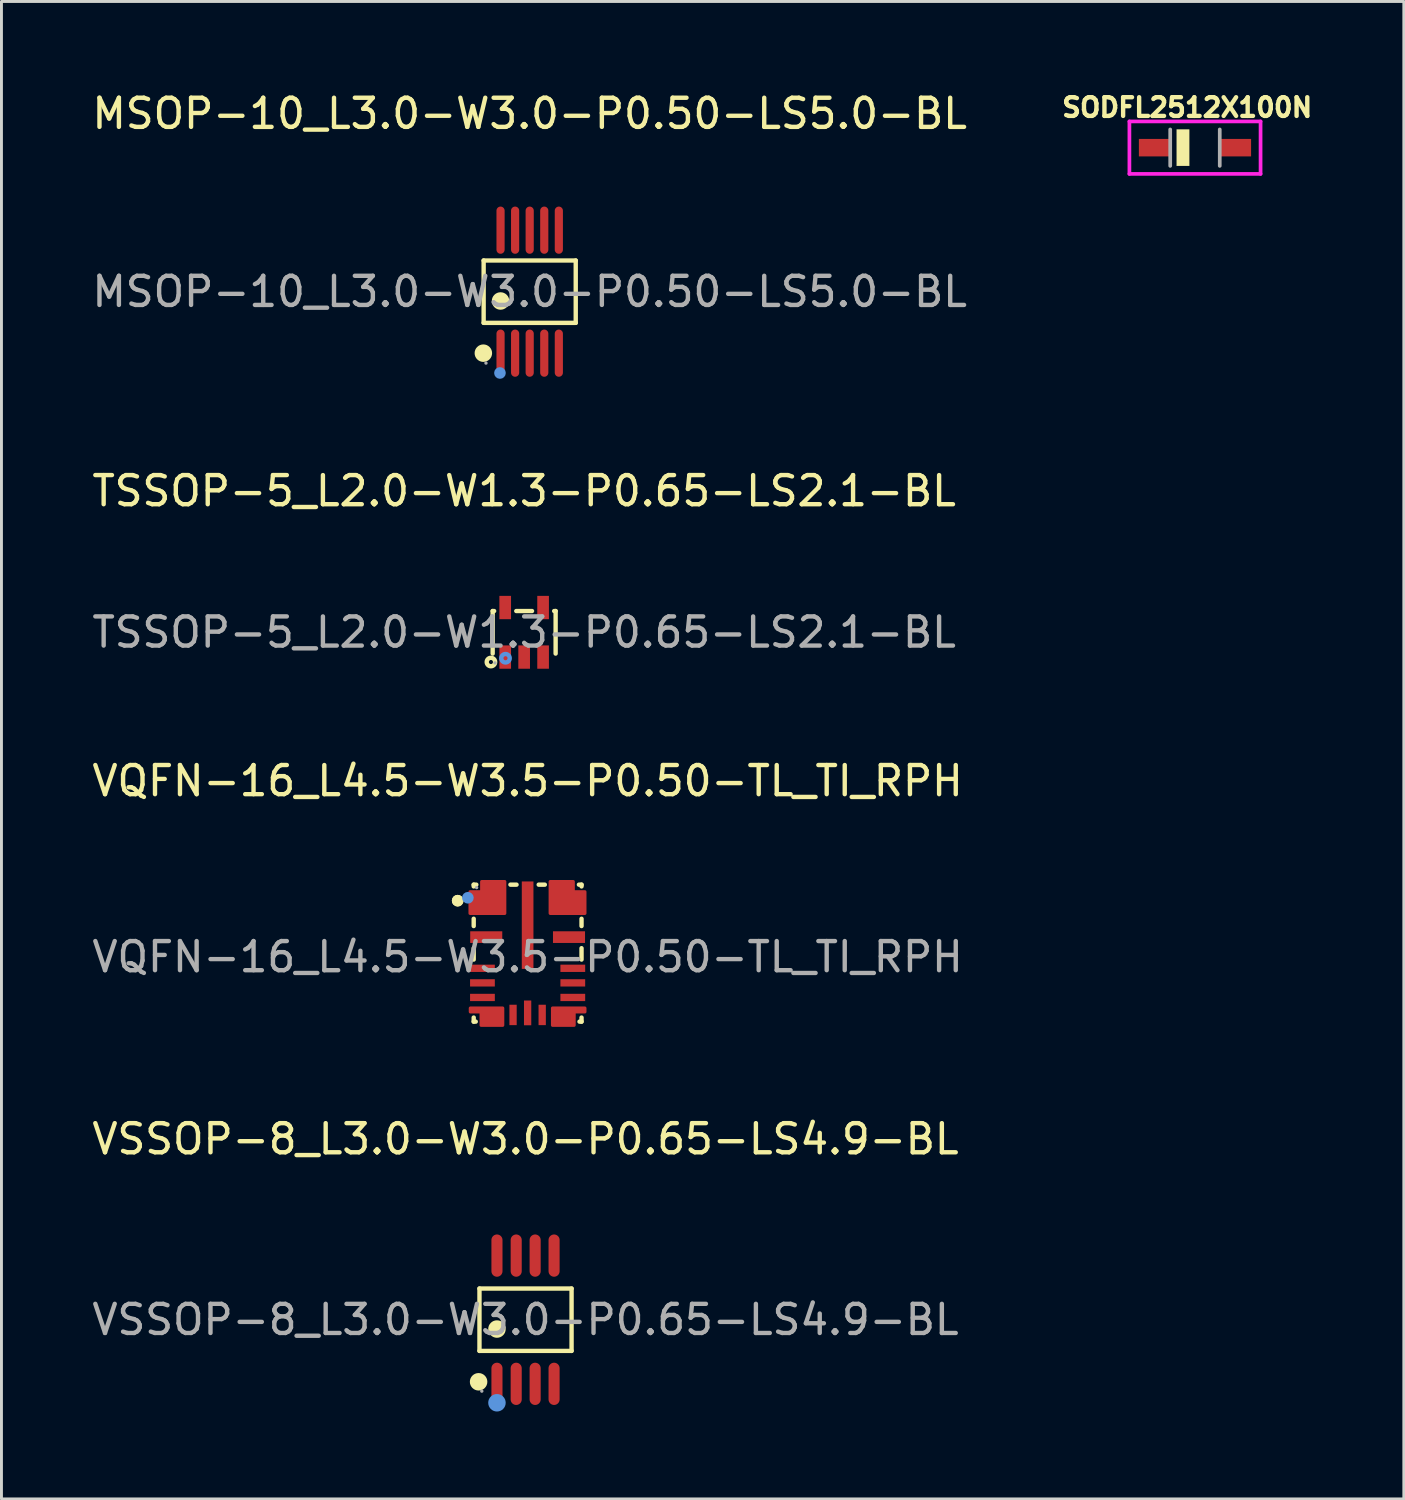
<source format=kicad_pcb>
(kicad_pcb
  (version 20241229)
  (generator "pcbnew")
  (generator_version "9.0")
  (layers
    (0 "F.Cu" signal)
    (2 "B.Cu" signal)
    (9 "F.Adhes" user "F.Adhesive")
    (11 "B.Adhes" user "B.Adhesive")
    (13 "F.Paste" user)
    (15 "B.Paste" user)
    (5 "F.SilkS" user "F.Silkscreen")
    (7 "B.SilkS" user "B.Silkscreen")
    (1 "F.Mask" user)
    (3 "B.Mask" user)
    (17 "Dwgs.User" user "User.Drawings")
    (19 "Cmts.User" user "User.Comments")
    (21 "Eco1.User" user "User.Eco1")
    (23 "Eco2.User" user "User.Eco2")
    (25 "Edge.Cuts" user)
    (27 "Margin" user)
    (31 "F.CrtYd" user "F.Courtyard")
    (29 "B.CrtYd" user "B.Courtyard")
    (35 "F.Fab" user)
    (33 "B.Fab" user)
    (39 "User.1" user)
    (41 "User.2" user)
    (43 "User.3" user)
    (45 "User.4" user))
  (footprint "SODFL2512X100N"
    (layer "F.Cu")
    (at 37.953 2.017)
    (property "Reference" "SODFL2512X100N" (at -0.268 -1.379 0) (layer "F.SilkS") (effects (font (size 0.641 0.641) (thickness 0.15))))
    (attr smd)
    (fp_poly (pts (xy -0.625 -0.625) (xy -0.2 -0.625) (xy -0.2 0.625) (xy -0.625 0.625)) (stroke (width 0.01) (type solid)) (fill yes) (layer "F.SilkS"))
    (fp_line (start -2.25 -0.9) (end -2.25 0.9) (stroke (width 0.127) (type solid)) (layer "F.CrtYd"))
    (fp_line (start -2.25 0.9) (end 2.25 0.9) (stroke (width 0.127) (type solid)) (layer "F.CrtYd"))
    (fp_line (start 2.25 -0.9) (end -2.25 -0.9) (stroke (width 0.127) (type solid)) (layer "F.CrtYd"))
    (fp_line (start 2.25 0.9) (end 2.25 -0.9) (stroke (width 0.127) (type solid)) (layer "F.CrtYd"))
    (fp_line (start -0.85 0.625) (end -0.85 -0.625) (stroke (width 0.127) (type solid)) (layer "F.Fab"))
    (fp_line (start 0.85 -0.625) (end 0.85 0.625) (stroke (width 0.127) (type solid)) (layer "F.Fab"))
    (pad "A" smd rect (at 1.4 0) (size 1.05 0.6) (layers "F.Cu" "F.Mask" "F.Paste"))
    (pad "C" smd rect (at -1.4 0) (size 1.05 0.6) (layers "F.Cu" "F.Mask" "F.Paste")))
  (footprint "VSSOP-8_L3.0-W3.0-P0.65-LS4.9-BL"
    (layer "F.Cu")
    (at 14.982 42.233)
    (property "Reference" "VSSOP-8_L3.0-W3.0-P0.65-LS4.9-BL" (at 0 -6.2 0) (layer "F.SilkS") (effects (font (size 1 1) (thickness 0.15))))
    (attr smd)
    (fp_line (start -1.58 -1.07) (end 1.58 -1.07) (stroke (width 0.15) (type solid)) (layer "F.SilkS"))
    (fp_line (start -1.58 1.07) (end -1.58 -1.07) (stroke (width 0.15) (type solid)) (layer "F.SilkS"))
    (fp_line (start 1.58 -1.07) (end 1.58 1.07) (stroke (width 0.15) (type solid)) (layer "F.SilkS"))
    (fp_line (start 1.58 1.07) (end -1.58 1.07) (stroke (width 0.15) (type solid)) (layer "F.SilkS"))
    (fp_circle (center -1.61 2.13) (end -1.46 2.13) (stroke (width 0.3) (type solid)) (fill no) (layer "F.SilkS"))
    (fp_circle (center -0.98 0.32) (end -0.83 0.32) (stroke (width 0.3) (type solid)) (fill no) (layer "F.SilkS"))
    (fp_circle (center -0.98 2.85) (end -0.83 2.85) (stroke (width 0.3) (type solid)) (fill no) (layer "Cmts.User"))
    (fp_circle (center -1.5 2.45) (end -1.47 2.45) (stroke (width 0.06) (type solid)) (fill no) (layer "F.Fab"))
    (fp_text user "${REFERENCE}" (at 0 0 0) (layer "F.Fab") (effects (font (size 1 1) (thickness 0.15))))
    (pad "1" smd oval (at -0.98 2.2) (size 0.38 1.45) (layers "F.Cu" "F.Mask" "F.Paste"))
    (pad "2" smd oval (at -0.32 2.2) (size 0.38 1.45) (layers "F.Cu" "F.Mask" "F.Paste"))
    (pad "3" smd oval (at 0.33 2.2) (size 0.38 1.45) (layers "F.Cu" "F.Mask" "F.Paste"))
    (pad "4" smd oval (at 0.98 2.2) (size 0.38 1.45) (layers "F.Cu" "F.Mask" "F.Paste"))
    (pad "5" smd oval (at 0.98 -2.2) (size 0.38 1.45) (layers "F.Cu" "F.Mask" "F.Paste"))
    (pad "6" smd oval (at 0.33 -2.2) (size 0.38 1.45) (layers "F.Cu" "F.Mask" "F.Paste"))
    (pad "7" smd oval (at -0.32 -2.2) (size 0.38 1.45) (layers "F.Cu" "F.Mask" "F.Paste"))
    (pad "8" smd oval (at -0.98 -2.2) (size 0.38 1.45) (layers "F.Cu" "F.Mask" "F.Paste")))
  (footprint "MSOP-10_L3.0-W3.0-P0.50-LS5.0-BL"
    (layer "F.Cu")
    (at 15.125 6.958)
    (property "Reference" "MSOP-10_L3.0-W3.0-P0.50-LS5.0-BL" (at 0 -6.11 0) (layer "F.SilkS") (effects (font (size 1 1) (thickness 0.15))))
    (attr smd)
    (fp_line (start -1.58 -1.07) (end 1.58 -1.07) (stroke (width 0.15) (type solid)) (layer "F.SilkS"))
    (fp_line (start -1.58 1.07) (end -1.58 -1.07) (stroke (width 0.15) (type solid)) (layer "F.SilkS"))
    (fp_line (start 1.58 -1.07) (end 1.58 1.07) (stroke (width 0.15) (type solid)) (layer "F.SilkS"))
    (fp_line (start 1.58 1.07) (end -1.58 1.07) (stroke (width 0.15) (type solid)) (layer "F.SilkS"))
    (fp_circle (center -1.59 2.11) (end -1.44 2.11) (stroke (width 0.3) (type solid)) (fill no) (layer "F.SilkS"))
    (fp_circle (center -1 0.32) (end -0.85 0.32) (stroke (width 0.3) (type solid)) (fill no) (layer "F.SilkS"))
    (fp_circle (center -1.02 2.79) (end -0.92 2.79) (stroke (width 0.2) (type solid)) (fill no) (layer "Cmts.User"))
    (fp_circle (center -1.5 2.45) (end -1.47 2.45) (stroke (width 0.06) (type solid)) (fill no) (layer "F.Fab"))
    (fp_text user "${REFERENCE}" (at 0 0 0) (layer "F.Fab") (effects (font (size 1 1) (thickness 0.15))))
    (pad "1" smd oval (at -1 2.11) (size 0.28 1.62) (layers "F.Cu" "F.Mask" "F.Paste"))
    (pad "2" smd oval (at -0.5 2.11) (size 0.28 1.62) (layers "F.Cu" "F.Mask" "F.Paste"))
    (pad "3" smd oval (at 0 2.11) (size 0.28 1.62) (layers "F.Cu" "F.Mask" "F.Paste"))
    (pad "4" smd oval (at 0.5 2.11) (size 0.28 1.62) (layers "F.Cu" "F.Mask" "F.Paste"))
    (pad "5" smd oval (at 1 2.11) (size 0.28 1.62) (layers "F.Cu" "F.Mask" "F.Paste"))
    (pad "6" smd oval (at 1 -2.11) (size 0.28 1.62) (layers "F.Cu" "F.Mask" "F.Paste"))
    (pad "7" smd oval (at 0.5 -2.11) (size 0.28 1.62) (layers "F.Cu" "F.Mask" "F.Paste"))
    (pad "8" smd oval (at 0 -2.11) (size 0.28 1.62) (layers "F.Cu" "F.Mask" "F.Paste"))
    (pad "9" smd oval (at -0.5 -2.11) (size 0.28 1.62) (layers "F.Cu" "F.Mask" "F.Paste"))
    (pad "10" smd oval (at -1 -2.11) (size 0.28 1.62) (layers "F.Cu" "F.Mask" "F.Paste")))
  (footprint "VQFN-16_L4.5-W3.5-P0.50-TL_TI_RPH"
    (layer "F.Cu")
    (at 15.054 29.785)
    (property "Reference" "VQFN-16_L4.5-W3.5-P0.50-TL_TI_RPH" (at 0 -6.04 0) (layer "F.SilkS") (effects (font (size 1 1) (thickness 0.15))))
    (attr through_hole)
    (fp_line (start -1.85 -2.48) (end -1.85 -2.42) (stroke (width 0.15) (type solid)) (layer "F.SilkS"))
    (fp_line (start -1.85 -1.31) (end -1.85 -1.06) (stroke (width 0.15) (type solid)) (layer "F.SilkS"))
    (fp_line (start -1.85 -0.3) (end -1.85 0.09) (stroke (width 0.15) (type solid)) (layer "F.SilkS"))
    (fp_line (start -1.85 2.08) (end -1.85 2.22) (stroke (width 0.15) (type solid)) (layer "F.SilkS"))
    (fp_line (start -1.85 2.22) (end -1.78 2.22) (stroke (width 0.15) (type solid)) (layer "F.SilkS"))
    (fp_line (start -1.76 -2.48) (end -1.85 -2.48) (stroke (width 0.15) (type solid)) (layer "F.SilkS"))
    (fp_line (start -0.38 -2.48) (end -0.59 -2.48) (stroke (width 0.15) (type solid)) (layer "F.SilkS"))
    (fp_line (start 0.59 -2.48) (end 0.38 -2.48) (stroke (width 0.15) (type solid)) (layer "F.SilkS"))
    (fp_line (start 1.78 2.22) (end 1.85 2.22) (stroke (width 0.15) (type solid)) (layer "F.SilkS"))
    (fp_line (start 1.85 -2.48) (end 1.76 -2.48) (stroke (width 0.15) (type solid)) (layer "F.SilkS"))
    (fp_line (start 1.85 -2.42) (end 1.85 -2.48) (stroke (width 0.15) (type solid)) (layer "F.SilkS"))
    (fp_line (start 1.85 -1.06) (end 1.85 -1.31) (stroke (width 0.15) (type solid)) (layer "F.SilkS"))
    (fp_line (start 1.85 0.09) (end 1.85 -0.3) (stroke (width 0.15) (type solid)) (layer "F.SilkS"))
    (fp_line (start 1.85 2.22) (end 1.85 2.08) (stroke (width 0.15) (type solid)) (layer "F.SilkS"))
    (fp_circle (center -2.4 -1.93) (end -2.3 -1.93) (stroke (width 0.2) (type solid)) (fill no) (layer "F.SilkS"))
    (fp_circle (center -2.4 -1.93) (end -2.3 -1.93) (stroke (width 0.2) (type solid)) (fill no) (layer "F.SilkS"))
    (fp_circle (center -2.05 -2.03) (end -1.95 -2.03) (stroke (width 0.2) (type solid)) (fill no) (layer "Cmts.User"))
    (fp_circle (center -1.75 -2.38) (end -1.72 -2.38) (stroke (width 0.06) (type solid)) (fill no) (layer "F.Fab"))
    (fp_text user "${REFERENCE}" (at 0 0 0) (layer "F.Fab") (effects (font (size 1 1) (thickness 0.15))))
    (pad "1" smd custom (at -1.38 -2.04) (size 0.01 0.01) (layers "F.Cu" "F.Mask" "F.Paste") (options (anchor circle)) (primitives (gr_poly (pts (xy -0.6 -0.2) (xy -0.2 -0.2) (xy -0.2 -0.55) (xy 0.6 -0.55) (xy 0.6 0.55) (xy -0.6 0.55)) (width 0.1) (fill yes))))
    (pad "2" smd rect (at -1.42 -0.68) (size 1.1 0.4) (layers "F.Cu" "F.Mask" "F.Paste"))
    (pad "3" smd rect (at -1.55 0.39) (size 0.85 0.25) (layers "F.Cu" "F.Mask" "F.Paste"))
    (pad "4" smd rect (at -1.55 0.89) (size 0.85 0.25) (layers "F.Cu" "F.Mask" "F.Paste"))
    (pad "5" smd rect (at -1.55 1.39) (size 0.85 0.25) (layers "F.Cu" "F.Mask" "F.Paste"))
    (pad "6" smd custom (at -1.4 2.04) (size 0.01 0.01) (layers "F.Cu" "F.Mask" "F.Paste") (options (anchor circle)) (primitives (gr_poly (pts (xy -0.2 -0.15) (xy -0.57 -0.15) (xy -0.57 -0.29) (xy 0.55 -0.29) (xy 0.55 0.31) (xy -0.2 0.31)) (width 0.1) (fill yes))))
    (pad "7" smd rect (at -0.5 1.99) (size 0.25 0.7) (layers "F.Cu" "F.Mask" "F.Paste"))
    (pad "8" smd rect (at 0 1.92) (size 0.25 0.85) (layers "F.Cu" "F.Mask" "F.Paste"))
    (pad "9" smd rect (at 0.5 1.99) (size 0.25 0.7) (layers "F.Cu" "F.Mask" "F.Paste"))
    (pad "10" smd custom (at 1.4 2.04) (size 0.01 0.01) (layers "F.Cu" "F.Mask" "F.Paste") (options (anchor circle)) (primitives (gr_poly (pts (xy 0.2 -0.15) (xy 0.57 -0.15) (xy 0.57 -0.29) (xy -0.55 -0.29) (xy -0.55 0.31) (xy 0.2 0.31)) (width 0.1) (fill yes))))
    (pad "11" smd rect (at 1.55 1.39) (size 0.85 0.25) (layers "F.Cu" "F.Mask" "F.Paste"))
    (pad "12" smd rect (at 1.55 0.89) (size 0.85 0.25) (layers "F.Cu" "F.Mask" "F.Paste"))
    (pad "13" smd rect (at 1.55 0.39) (size 0.85 0.25) (layers "F.Cu" "F.Mask" "F.Paste"))
    (pad "14" smd rect (at 1.42 -0.68) (size 1.1 0.4) (layers "F.Cu" "F.Mask" "F.Paste"))
    (pad "15" smd custom (at 1.37 -2.04) (size 0.01 0.01) (layers "F.Cu" "F.Mask" "F.Paste") (options (anchor circle)) (primitives (gr_poly (pts (xy 0.6 -0.2) (xy 0.2 -0.2) (xy 0.2 -0.55) (xy -0.6 -0.55) (xy -0.6 0.55) (xy 0.6 0.55)) (width 0.1) (fill yes))))
    (pad "16" smd rect (at 0 -1.09) (size 0.4 3) (layers "F.Cu" "F.Mask" "F.Paste")))
  (footprint "TSSOP-5_L2.0-W1.3-P0.65-LS2.1-BL"
    (layer "F.Cu")
    (at 14.935 18.646)
    (property "Reference" "TSSOP-5_L2.0-W1.3-P0.65-LS2.1-BL" (at 0 -4.85 0) (layer "F.SilkS") (effects (font (size 1 1) (thickness 0.15))))
    (attr through_hole)
    (fp_line (start -1.08 -0.73) (end -1.03 -0.73) (stroke (width 0.15) (type solid)) (layer "F.SilkS"))
    (fp_line (start -1.08 0.73) (end -1.08 -0.73) (stroke (width 0.15) (type solid)) (layer "F.SilkS"))
    (fp_line (start -0.27 -0.73) (end 0.27 -0.73) (stroke (width 0.15) (type solid)) (layer "F.SilkS"))
    (fp_line (start 1.03 -0.73) (end 1.08 -0.73) (stroke (width 0.15) (type solid)) (layer "F.SilkS"))
    (fp_line (start 1.08 0.73) (end 1.08 -0.73) (stroke (width 0.15) (type solid)) (layer "F.SilkS"))
    (fp_circle (center -1.14 1.02) (end -1.07 1.02) (stroke (width 0.15) (type solid)) (fill no) (layer "F.SilkS"))
    (fp_circle (center -0.64 0.89) (end -0.57 0.89) (stroke (width 0.15) (type solid)) (fill no) (layer "Cmts.User"))
    (fp_circle (center -1 1.05) (end -0.97 1.05) (stroke (width 0.06) (type solid)) (fill no) (layer "F.Fab"))
    (fp_text user "${REFERENCE}" (at 0 0 0) (layer "F.Fab") (effects (font (size 1 1) (thickness 0.15))))
    (pad "1" smd rect (at -0.65 0.85) (size 0.4 0.8) (layers "F.Cu" "F.Mask" "F.Paste"))
    (pad "2" smd rect (at 0 0.85) (size 0.4 0.8) (layers "F.Cu" "F.Mask" "F.Paste"))
    (pad "3" smd rect (at 0.65 0.85) (size 0.4 0.8) (layers "F.Cu" "F.Mask" "F.Paste"))
    (pad "4" smd rect (at 0.65 -0.85) (size 0.4 0.8) (layers "F.Cu" "F.Mask" "F.Paste"))
    (pad "5" smd rect (at -0.65 -0.85) (size 0.4 0.8) (layers "F.Cu" "F.Mask" "F.Paste")))
  (gr_rect
    (start -3 -3)
    (end 45.119 48.383)
    (stroke (width 0.1) (type default))
    (fill no)
    (layer "Edge.Cuts")))
</source>
